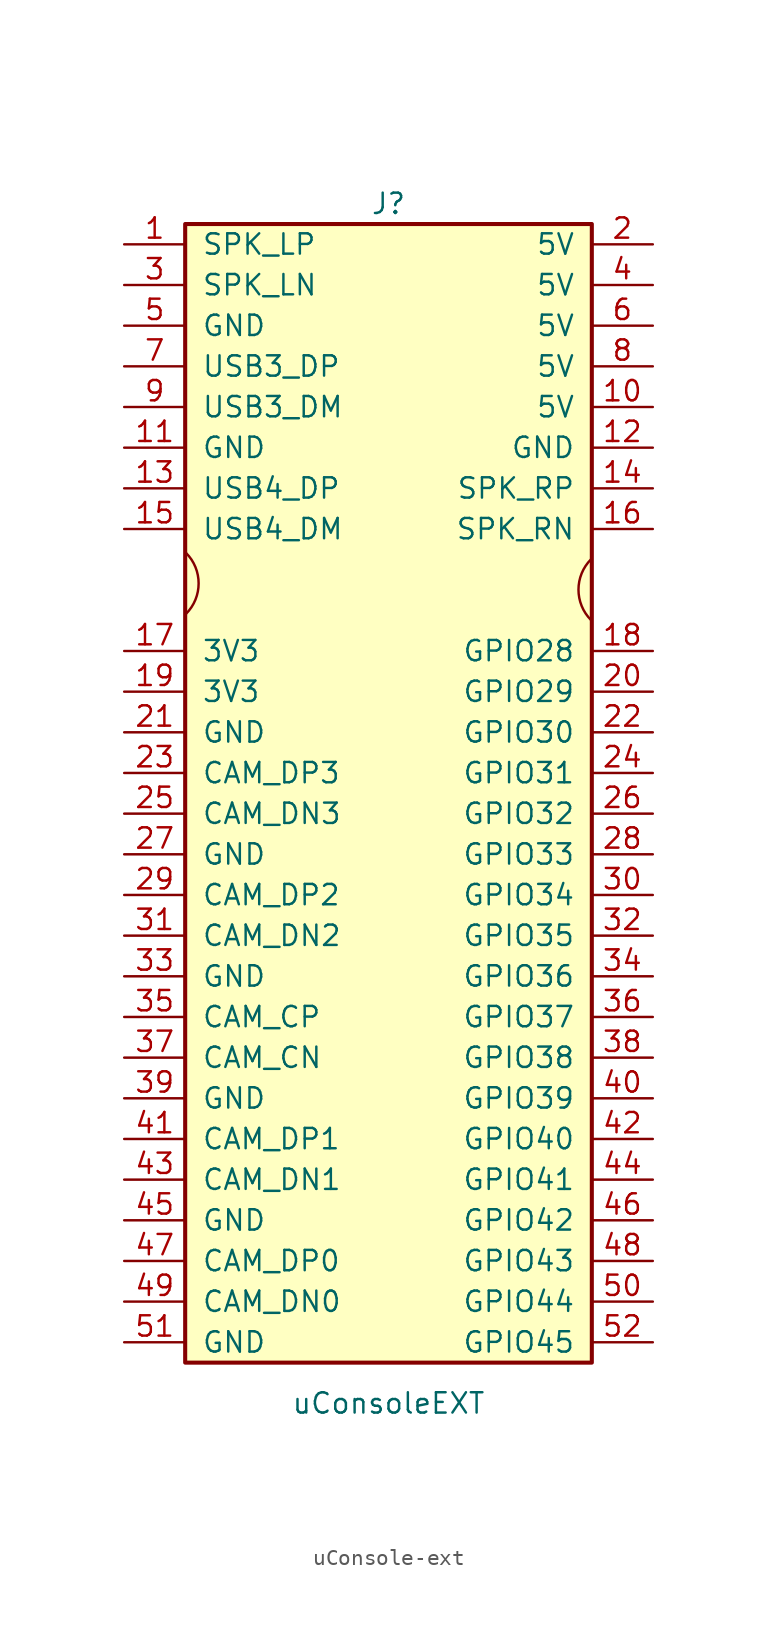
<source format=kicad_sym>
(kicad_symbol_lib
  (version 20220914)
  (generator kicad_symbol_editor)
  (symbol "uConsole-ext"
    (pin_names
      (offset 1.016))
    (property "Reference" "J"
      (at 1.27 33.02 0)
      (effects (font (size 1.27 1.27))))
    (property "Value" "uConsoleEXT"
      (at 1.27 -41.91 0)
      (effects (font (size 1.27 1.27))))
    (symbol "uConsole-ext_0_1"
      (arc (start -11.3793 7.3977) (mid -10.5902 9.3027) (end -11.3793 11.2077) (stroke (width 0) (type default)) (fill (type none)))
      (arc (start 13.9259 10.8153) (mid 13.1368 8.9103) (end 13.9259 7.0053) (stroke (width 0) (type default)) (fill (type none))))
    (symbol "uConsole-ext_1_1"
      (rectangle (start -11.43 31.75) (end 13.97 -39.37) (stroke (width 0.254) (type default)) (fill (type background)))
      (pin passive line (at -15.24 30.48 0) (length 3.81) (name "SPK_LP" (effects (font (size 1.27 1.27)))) (number "1" (effects (font (size 1.27 1.27)))))
      (pin power_in line (at 17.78 20.32 180) (length 3.81) (name "5V" (effects (font (size 1.27 1.27)))) (number "10" (effects (font (size 1.27 1.27)))))
      (pin passive line (at -15.24 17.78 0) (length 3.81) (name "GND" (effects (font (size 1.27 1.27)))) (number "11" (effects (font (size 1.27 1.27)))))
      (pin power_in line (at 17.78 17.78 180) (length 3.81) (name "GND" (effects (font (size 1.27 1.27)))) (number "12" (effects (font (size 1.27 1.27)))))
      (pin passive line (at -15.24 15.24 0) (length 3.81) (name "USB4_DP" (effects (font (size 1.27 1.27)))) (number "13" (effects (font (size 1.27 1.27)))))
      (pin passive line (at 17.78 15.24 180) (length 3.81) (name "SPK_RP" (effects (font (size 1.27 1.27)))) (number "14" (effects (font (size 1.27 1.27)))))
      (pin passive line (at -15.24 12.7 0) (length 3.81) (name "USB4_DM" (effects (font (size 1.27 1.27)))) (number "15" (effects (font (size 1.27 1.27)))))
      (pin passive line (at 17.78 12.7 180) (length 3.81) (name "SPK_RN" (effects (font (size 1.27 1.27)))) (number "16" (effects (font (size 1.27 1.27)))))
      (pin power_in line (at -15.24 5.08 0) (length 3.81) (name "3V3" (effects (font (size 1.27 1.27)))) (number "17" (effects (font (size 1.27 1.27)))))
      (pin passive line (at 17.78 5.08 180) (length 3.81) (name "GPIO28" (effects (font (size 1.27 1.27)))) (number "18" (effects (font (size 1.27 1.27)))))
      (pin power_in line (at -15.24 2.54 0) (length 3.81) (name "3V3" (effects (font (size 1.27 1.27)))) (number "19" (effects (font (size 1.27 1.27)))))
      (pin power_in line (at 17.78 30.48 180) (length 3.81) (name "5V" (effects (font (size 1.27 1.27)))) (number "2" (effects (font (size 1.27 1.27)))))
      (pin passive line (at 17.78 2.54 180) (length 3.81) (name "GPIO29" (effects (font (size 1.27 1.27)))) (number "20" (effects (font (size 1.27 1.27)))))
      (pin passive line (at -15.24 0 0) (length 3.81) (name "GND" (effects (font (size 1.27 1.27)))) (number "21" (effects (font (size 1.27 1.27)))))
      (pin passive line (at 17.78 0 180) (length 3.81) (name "GPIO30" (effects (font (size 1.27 1.27)))) (number "22" (effects (font (size 1.27 1.27)))))
      (pin passive line (at -15.24 -2.54 0) (length 3.81) (name "CAM_DP3" (effects (font (size 1.27 1.27)))) (number "23" (effects (font (size 1.27 1.27)))))
      (pin passive line (at 17.78 -2.54 180) (length 3.81) (name "GPIO31" (effects (font (size 1.27 1.27)))) (number "24" (effects (font (size 1.27 1.27)))))
      (pin passive line (at -15.24 -5.08 0) (length 3.81) (name "CAM_DN3" (effects (font (size 1.27 1.27)))) (number "25" (effects (font (size 1.27 1.27)))))
      (pin passive line (at 17.78 -5.08 180) (length 3.81) (name "GPIO32" (effects (font (size 1.27 1.27)))) (number "26" (effects (font (size 1.27 1.27)))))
      (pin passive line (at -15.24 -7.62 0) (length 3.81) (name "GND" (effects (font (size 1.27 1.27)))) (number "27" (effects (font (size 1.27 1.27)))))
      (pin passive line (at 17.78 -7.62 180) (length 3.81) (name "GPIO33" (effects (font (size 1.27 1.27)))) (number "28" (effects (font (size 1.27 1.27)))))
      (pin passive line (at -15.24 -10.16 0) (length 3.81) (name "CAM_DP2" (effects (font (size 1.27 1.27)))) (number "29" (effects (font (size 1.27 1.27)))))
      (pin passive line (at -15.24 27.94 0) (length 3.81) (name "SPK_LN" (effects (font (size 1.27 1.27)))) (number "3" (effects (font (size 1.27 1.27)))))
      (pin passive line (at 17.78 -10.16 180) (length 3.81) (name "GPIO34" (effects (font (size 1.27 1.27)))) (number "30" (effects (font (size 1.27 1.27)))))
      (pin passive line (at -15.24 -12.7 0) (length 3.81) (name "CAM_DN2" (effects (font (size 1.27 1.27)))) (number "31" (effects (font (size 1.27 1.27)))))
      (pin passive line (at 17.78 -12.7 180) (length 3.81) (name "GPIO35" (effects (font (size 1.27 1.27)))) (number "32" (effects (font (size 1.27 1.27)))))
      (pin passive line (at -15.24 -15.24 0) (length 3.81) (name "GND" (effects (font (size 1.27 1.27)))) (number "33" (effects (font (size 1.27 1.27)))))
      (pin passive line (at 17.78 -15.24 180) (length 3.81) (name "GPIO36" (effects (font (size 1.27 1.27)))) (number "34" (effects (font (size 1.27 1.27)))))
      (pin passive line (at -15.24 -17.78 0) (length 3.81) (name "CAM_CP" (effects (font (size 1.27 1.27)))) (number "35" (effects (font (size 1.27 1.27)))))
      (pin passive line (at 17.78 -17.78 180) (length 3.81) (name "GPIO37" (effects (font (size 1.27 1.27)))) (number "36" (effects (font (size 1.27 1.27)))))
      (pin passive line (at -15.24 -20.32 0) (length 3.81) (name "CAM_CN" (effects (font (size 1.27 1.27)))) (number "37" (effects (font (size 1.27 1.27)))))
      (pin passive line (at 17.78 -20.32 180) (length 3.81) (name "GPIO38" (effects (font (size 1.27 1.27)))) (number "38" (effects (font (size 1.27 1.27)))))
      (pin passive line (at -15.24 -22.86 0) (length 3.81) (name "GND" (effects (font (size 1.27 1.27)))) (number "39" (effects (font (size 1.27 1.27)))))
      (pin power_in line (at 17.78 27.94 180) (length 3.81) (name "5V" (effects (font (size 1.27 1.27)))) (number "4" (effects (font (size 1.27 1.27)))))
      (pin passive line (at 17.78 -22.86 180) (length 3.81) (name "GPIO39" (effects (font (size 1.27 1.27)))) (number "40" (effects (font (size 1.27 1.27)))))
      (pin passive line (at -15.24 -25.4 0) (length 3.81) (name "CAM_DP1" (effects (font (size 1.27 1.27)))) (number "41" (effects (font (size 1.27 1.27)))))
      (pin passive line (at 17.78 -25.4 180) (length 3.81) (name "GPIO40" (effects (font (size 1.27 1.27)))) (number "42" (effects (font (size 1.27 1.27)))))
      (pin passive line (at -15.24 -27.94 0) (length 3.81) (name "CAM_DN1" (effects (font (size 1.27 1.27)))) (number "43" (effects (font (size 1.27 1.27)))))
      (pin passive line (at 17.78 -27.94 180) (length 3.81) (name "GPIO41" (effects (font (size 1.27 1.27)))) (number "44" (effects (font (size 1.27 1.27)))))
      (pin passive line (at -15.24 -30.48 0) (length 3.81) (name "GND" (effects (font (size 1.27 1.27)))) (number "45" (effects (font (size 1.27 1.27)))))
      (pin passive line (at 17.78 -30.48 180) (length 3.81) (name "GPIO42" (effects (font (size 1.27 1.27)))) (number "46" (effects (font (size 1.27 1.27)))))
      (pin passive line (at -15.24 -33.02 0) (length 3.81) (name "CAM_DP0" (effects (font (size 1.27 1.27)))) (number "47" (effects (font (size 1.27 1.27)))))
      (pin passive line (at 17.78 -33.02 180) (length 3.81) (name "GPIO43" (effects (font (size 1.27 1.27)))) (number "48" (effects (font (size 1.27 1.27)))))
      (pin passive line (at -15.24 -35.56 0) (length 3.81) (name "CAM_DN0" (effects (font (size 1.27 1.27)))) (number "49" (effects (font (size 1.27 1.27)))))
      (pin passive line (at -15.24 25.4 0) (length 3.81) (name "GND" (effects (font (size 1.27 1.27)))) (number "5" (effects (font (size 1.27 1.27)))))
      (pin passive line (at 17.78 -35.56 180) (length 3.81) (name "GPIO44" (effects (font (size 1.27 1.27)))) (number "50" (effects (font (size 1.27 1.27)))))
      (pin passive line (at -15.24 -38.1 0) (length 3.81) (name "GND" (effects (font (size 1.27 1.27)))) (number "51" (effects (font (size 1.27 1.27)))))
      (pin passive line (at 17.78 -38.1 180) (length 3.81) (name "GPIO45" (effects (font (size 1.27 1.27)))) (number "52" (effects (font (size 1.27 1.27)))))
      (pin power_in line (at 17.78 25.4 180) (length 3.81) (name "5V" (effects (font (size 1.27 1.27)))) (number "6" (effects (font (size 1.27 1.27)))))
      (pin passive line (at -15.24 22.86 0) (length 3.81) (name "USB3_DP" (effects (font (size 1.27 1.27)))) (number "7" (effects (font (size 1.27 1.27)))))
      (pin power_in line (at 17.78 22.86 180) (length 3.81) (name "5V" (effects (font (size 1.27 1.27)))) (number "8" (effects (font (size 1.27 1.27)))))
      (pin passive line (at -15.24 20.32 0) (length 3.81) (name "USB3_DM" (effects (font (size 1.27 1.27)))) (number "9" (effects (font (size 1.27 1.27))))))))
</source>
